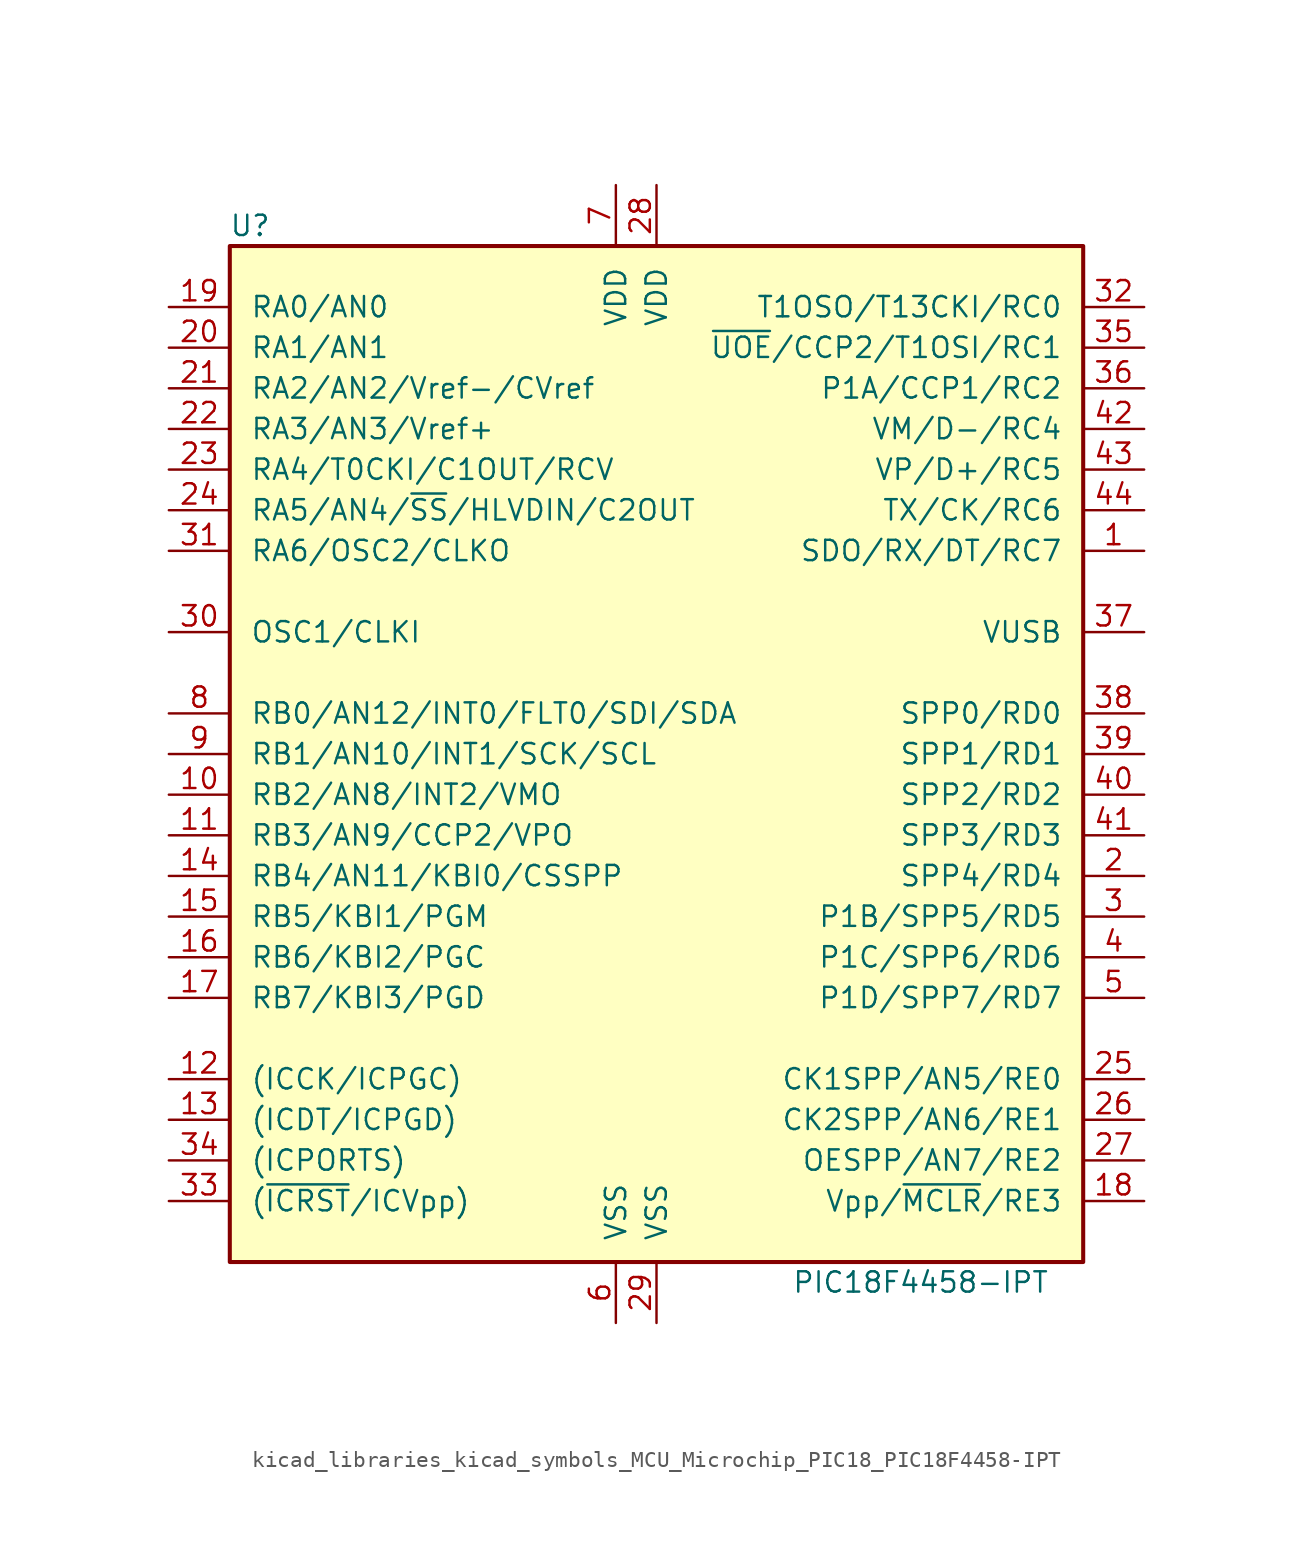
<source format=kicad_sym>
(kicad_symbol_lib
  (version 20220914)
  (generator kicad_symbol_editor)
  (symbol "kicad_libraries_kicad_symbols_MCU_Microchip_PIC18_PIC18F4458-IPT"
    (pin_names
      (offset 1.27))
    (property "Reference" "U"
      (at -25.4 33.02 0)
      (effects (font (size 1.27 1.27))))
    (property "Value" "PIC18F4458-IPT"
      (at 16.51 -33.02 0)
      (effects (font (size 1.27 1.27))))
    (symbol "kicad_libraries_kicad_symbols_MCU_Microchip_PIC18_PIC18F4458-IPT_0_1"
      (rectangle (start -26.67 31.75) (end 26.67 -31.75) (stroke (width 0.254) (type default)) (fill (type background))))
    (symbol "kicad_libraries_kicad_symbols_MCU_Microchip_PIC18_PIC18F4458-IPT_1_1"
      (pin bidirectional line (at 30.48 12.7 180) (length 3.81) (name "SDO/RX/DT/RC7" (effects (font (size 1.27 1.27)))) (number "1" (effects (font (size 1.27 1.27)))))
      (pin bidirectional line (at -30.48 -2.54 0) (length 3.81) (name "RB2/AN8/INT2/VMO" (effects (font (size 1.27 1.27)))) (number "10" (effects (font (size 1.27 1.27)))))
      (pin bidirectional line (at -30.48 -5.08 0) (length 3.81) (name "RB3/AN9/CCP2/VPO" (effects (font (size 1.27 1.27)))) (number "11" (effects (font (size 1.27 1.27)))))
      (pin bidirectional line (at -30.48 -20.32 0) (length 3.81) (name "(ICCK/ICPGC)" (effects (font (size 1.27 1.27)))) (number "12" (effects (font (size 1.27 1.27)))))
      (pin bidirectional line (at -30.48 -22.86 0) (length 3.81) (name "(ICDT/ICPGD)" (effects (font (size 1.27 1.27)))) (number "13" (effects (font (size 1.27 1.27)))))
      (pin bidirectional line (at -30.48 -7.62 0) (length 3.81) (name "RB4/AN11/KBI0/CSSPP" (effects (font (size 1.27 1.27)))) (number "14" (effects (font (size 1.27 1.27)))))
      (pin bidirectional line (at -30.48 -10.16 0) (length 3.81) (name "RB5/KBI1/PGM" (effects (font (size 1.27 1.27)))) (number "15" (effects (font (size 1.27 1.27)))))
      (pin bidirectional line (at -30.48 -12.7 0) (length 3.81) (name "RB6/KBI2/PGC" (effects (font (size 1.27 1.27)))) (number "16" (effects (font (size 1.27 1.27)))))
      (pin bidirectional line (at -30.48 -15.24 0) (length 3.81) (name "RB7/KBI3/PGD" (effects (font (size 1.27 1.27)))) (number "17" (effects (font (size 1.27 1.27)))))
      (pin input line (at 30.48 -27.94 180) (length 3.81) (name "Vpp/~{MCLR}/RE3" (effects (font (size 1.27 1.27)))) (number "18" (effects (font (size 1.27 1.27)))))
      (pin bidirectional line (at -30.48 27.94 0) (length 3.81) (name "RA0/AN0" (effects (font (size 1.27 1.27)))) (number "19" (effects (font (size 1.27 1.27)))))
      (pin bidirectional line (at 30.48 -7.62 180) (length 3.81) (name "SPP4/RD4" (effects (font (size 1.27 1.27)))) (number "2" (effects (font (size 1.27 1.27)))))
      (pin bidirectional line (at -30.48 25.4 0) (length 3.81) (name "RA1/AN1" (effects (font (size 1.27 1.27)))) (number "20" (effects (font (size 1.27 1.27)))))
      (pin bidirectional line (at -30.48 22.86 0) (length 3.81) (name "RA2/AN2/Vref-/CVref" (effects (font (size 1.27 1.27)))) (number "21" (effects (font (size 1.27 1.27)))))
      (pin bidirectional line (at -30.48 20.32 0) (length 3.81) (name "RA3/AN3/Vref+" (effects (font (size 1.27 1.27)))) (number "22" (effects (font (size 1.27 1.27)))))
      (pin bidirectional line (at -30.48 17.78 0) (length 3.81) (name "RA4/T0CKI/C1OUT/RCV" (effects (font (size 1.27 1.27)))) (number "23" (effects (font (size 1.27 1.27)))))
      (pin bidirectional line (at -30.48 15.24 0) (length 3.81) (name "RA5/AN4/~{SS}/HLVDIN/C2OUT" (effects (font (size 1.27 1.27)))) (number "24" (effects (font (size 1.27 1.27)))))
      (pin bidirectional line (at 30.48 -20.32 180) (length 3.81) (name "CK1SPP/AN5/RE0" (effects (font (size 1.27 1.27)))) (number "25" (effects (font (size 1.27 1.27)))))
      (pin bidirectional line (at 30.48 -22.86 180) (length 3.81) (name "CK2SPP/AN6/RE1" (effects (font (size 1.27 1.27)))) (number "26" (effects (font (size 1.27 1.27)))))
      (pin bidirectional line (at 30.48 -25.4 180) (length 3.81) (name "OESPP/AN7/RE2" (effects (font (size 1.27 1.27)))) (number "27" (effects (font (size 1.27 1.27)))))
      (pin power_in line (at 0 35.56 270) (length 3.81) (name "VDD" (effects (font (size 1.27 1.27)))) (number "28" (effects (font (size 1.27 1.27)))))
      (pin power_in line (at 0 -35.56 90) (length 3.81) (name "VSS" (effects (font (size 1.27 1.27)))) (number "29" (effects (font (size 1.27 1.27)))))
      (pin bidirectional line (at 30.48 -10.16 180) (length 3.81) (name "P1B/SPP5/RD5" (effects (font (size 1.27 1.27)))) (number "3" (effects (font (size 1.27 1.27)))))
      (pin input line (at -30.48 7.62 0) (length 3.81) (name "OSC1/CLKI" (effects (font (size 1.27 1.27)))) (number "30" (effects (font (size 1.27 1.27)))))
      (pin bidirectional line (at -30.48 12.7 0) (length 3.81) (name "RA6/OSC2/CLKO" (effects (font (size 1.27 1.27)))) (number "31" (effects (font (size 1.27 1.27)))))
      (pin bidirectional line (at 30.48 27.94 180) (length 3.81) (name "T1OSO/T13CKI/RC0" (effects (font (size 1.27 1.27)))) (number "32" (effects (font (size 1.27 1.27)))))
      (pin input line (at -30.48 -27.94 0) (length 3.81) (name "(~{ICRST}/ICVpp)" (effects (font (size 1.27 1.27)))) (number "33" (effects (font (size 1.27 1.27)))))
      (pin input line (at -30.48 -25.4 0) (length 3.81) (name "(ICPORTS)" (effects (font (size 1.27 1.27)))) (number "34" (effects (font (size 1.27 1.27)))))
      (pin bidirectional line (at 30.48 25.4 180) (length 3.81) (name "~{UOE}/CCP2/T1OSI/RC1" (effects (font (size 1.27 1.27)))) (number "35" (effects (font (size 1.27 1.27)))))
      (pin bidirectional line (at 30.48 22.86 180) (length 3.81) (name "P1A/CCP1/RC2" (effects (font (size 1.27 1.27)))) (number "36" (effects (font (size 1.27 1.27)))))
      (pin bidirectional line (at 30.48 7.62 180) (length 3.81) (name "VUSB" (effects (font (size 1.27 1.27)))) (number "37" (effects (font (size 1.27 1.27)))))
      (pin bidirectional line (at 30.48 2.54 180) (length 3.81) (name "SPP0/RD0" (effects (font (size 1.27 1.27)))) (number "38" (effects (font (size 1.27 1.27)))))
      (pin bidirectional line (at 30.48 0 180) (length 3.81) (name "SPP1/RD1" (effects (font (size 1.27 1.27)))) (number "39" (effects (font (size 1.27 1.27)))))
      (pin bidirectional line (at 30.48 -12.7 180) (length 3.81) (name "P1C/SPP6/RD6" (effects (font (size 1.27 1.27)))) (number "4" (effects (font (size 1.27 1.27)))))
      (pin bidirectional line (at 30.48 -2.54 180) (length 3.81) (name "SPP2/RD2" (effects (font (size 1.27 1.27)))) (number "40" (effects (font (size 1.27 1.27)))))
      (pin bidirectional line (at 30.48 -5.08 180) (length 3.81) (name "SPP3/RD3" (effects (font (size 1.27 1.27)))) (number "41" (effects (font (size 1.27 1.27)))))
      (pin bidirectional line (at 30.48 20.32 180) (length 3.81) (name "VM/D-/RC4" (effects (font (size 1.27 1.27)))) (number "42" (effects (font (size 1.27 1.27)))))
      (pin bidirectional line (at 30.48 17.78 180) (length 3.81) (name "VP/D+/RC5" (effects (font (size 1.27 1.27)))) (number "43" (effects (font (size 1.27 1.27)))))
      (pin bidirectional line (at 30.48 15.24 180) (length 3.81) (name "TX/CK/RC6" (effects (font (size 1.27 1.27)))) (number "44" (effects (font (size 1.27 1.27)))))
      (pin bidirectional line (at 30.48 -15.24 180) (length 3.81) (name "P1D/SPP7/RD7" (effects (font (size 1.27 1.27)))) (number "5" (effects (font (size 1.27 1.27)))))
      (pin power_in line (at -2.54 -35.56 90) (length 3.81) (name "VSS" (effects (font (size 1.27 1.27)))) (number "6" (effects (font (size 1.27 1.27)))))
      (pin power_in line (at -2.54 35.56 270) (length 3.81) (name "VDD" (effects (font (size 1.27 1.27)))) (number "7" (effects (font (size 1.27 1.27)))))
      (pin bidirectional line (at -30.48 2.54 0) (length 3.81) (name "RB0/AN12/INT0/FLT0/SDI/SDA" (effects (font (size 1.27 1.27)))) (number "8" (effects (font (size 1.27 1.27)))))
      (pin bidirectional line (at -30.48 0 0) (length 3.81) (name "RB1/AN10/INT1/SCK/SCL" (effects (font (size 1.27 1.27)))) (number "9" (effects (font (size 1.27 1.27))))))))
</source>
